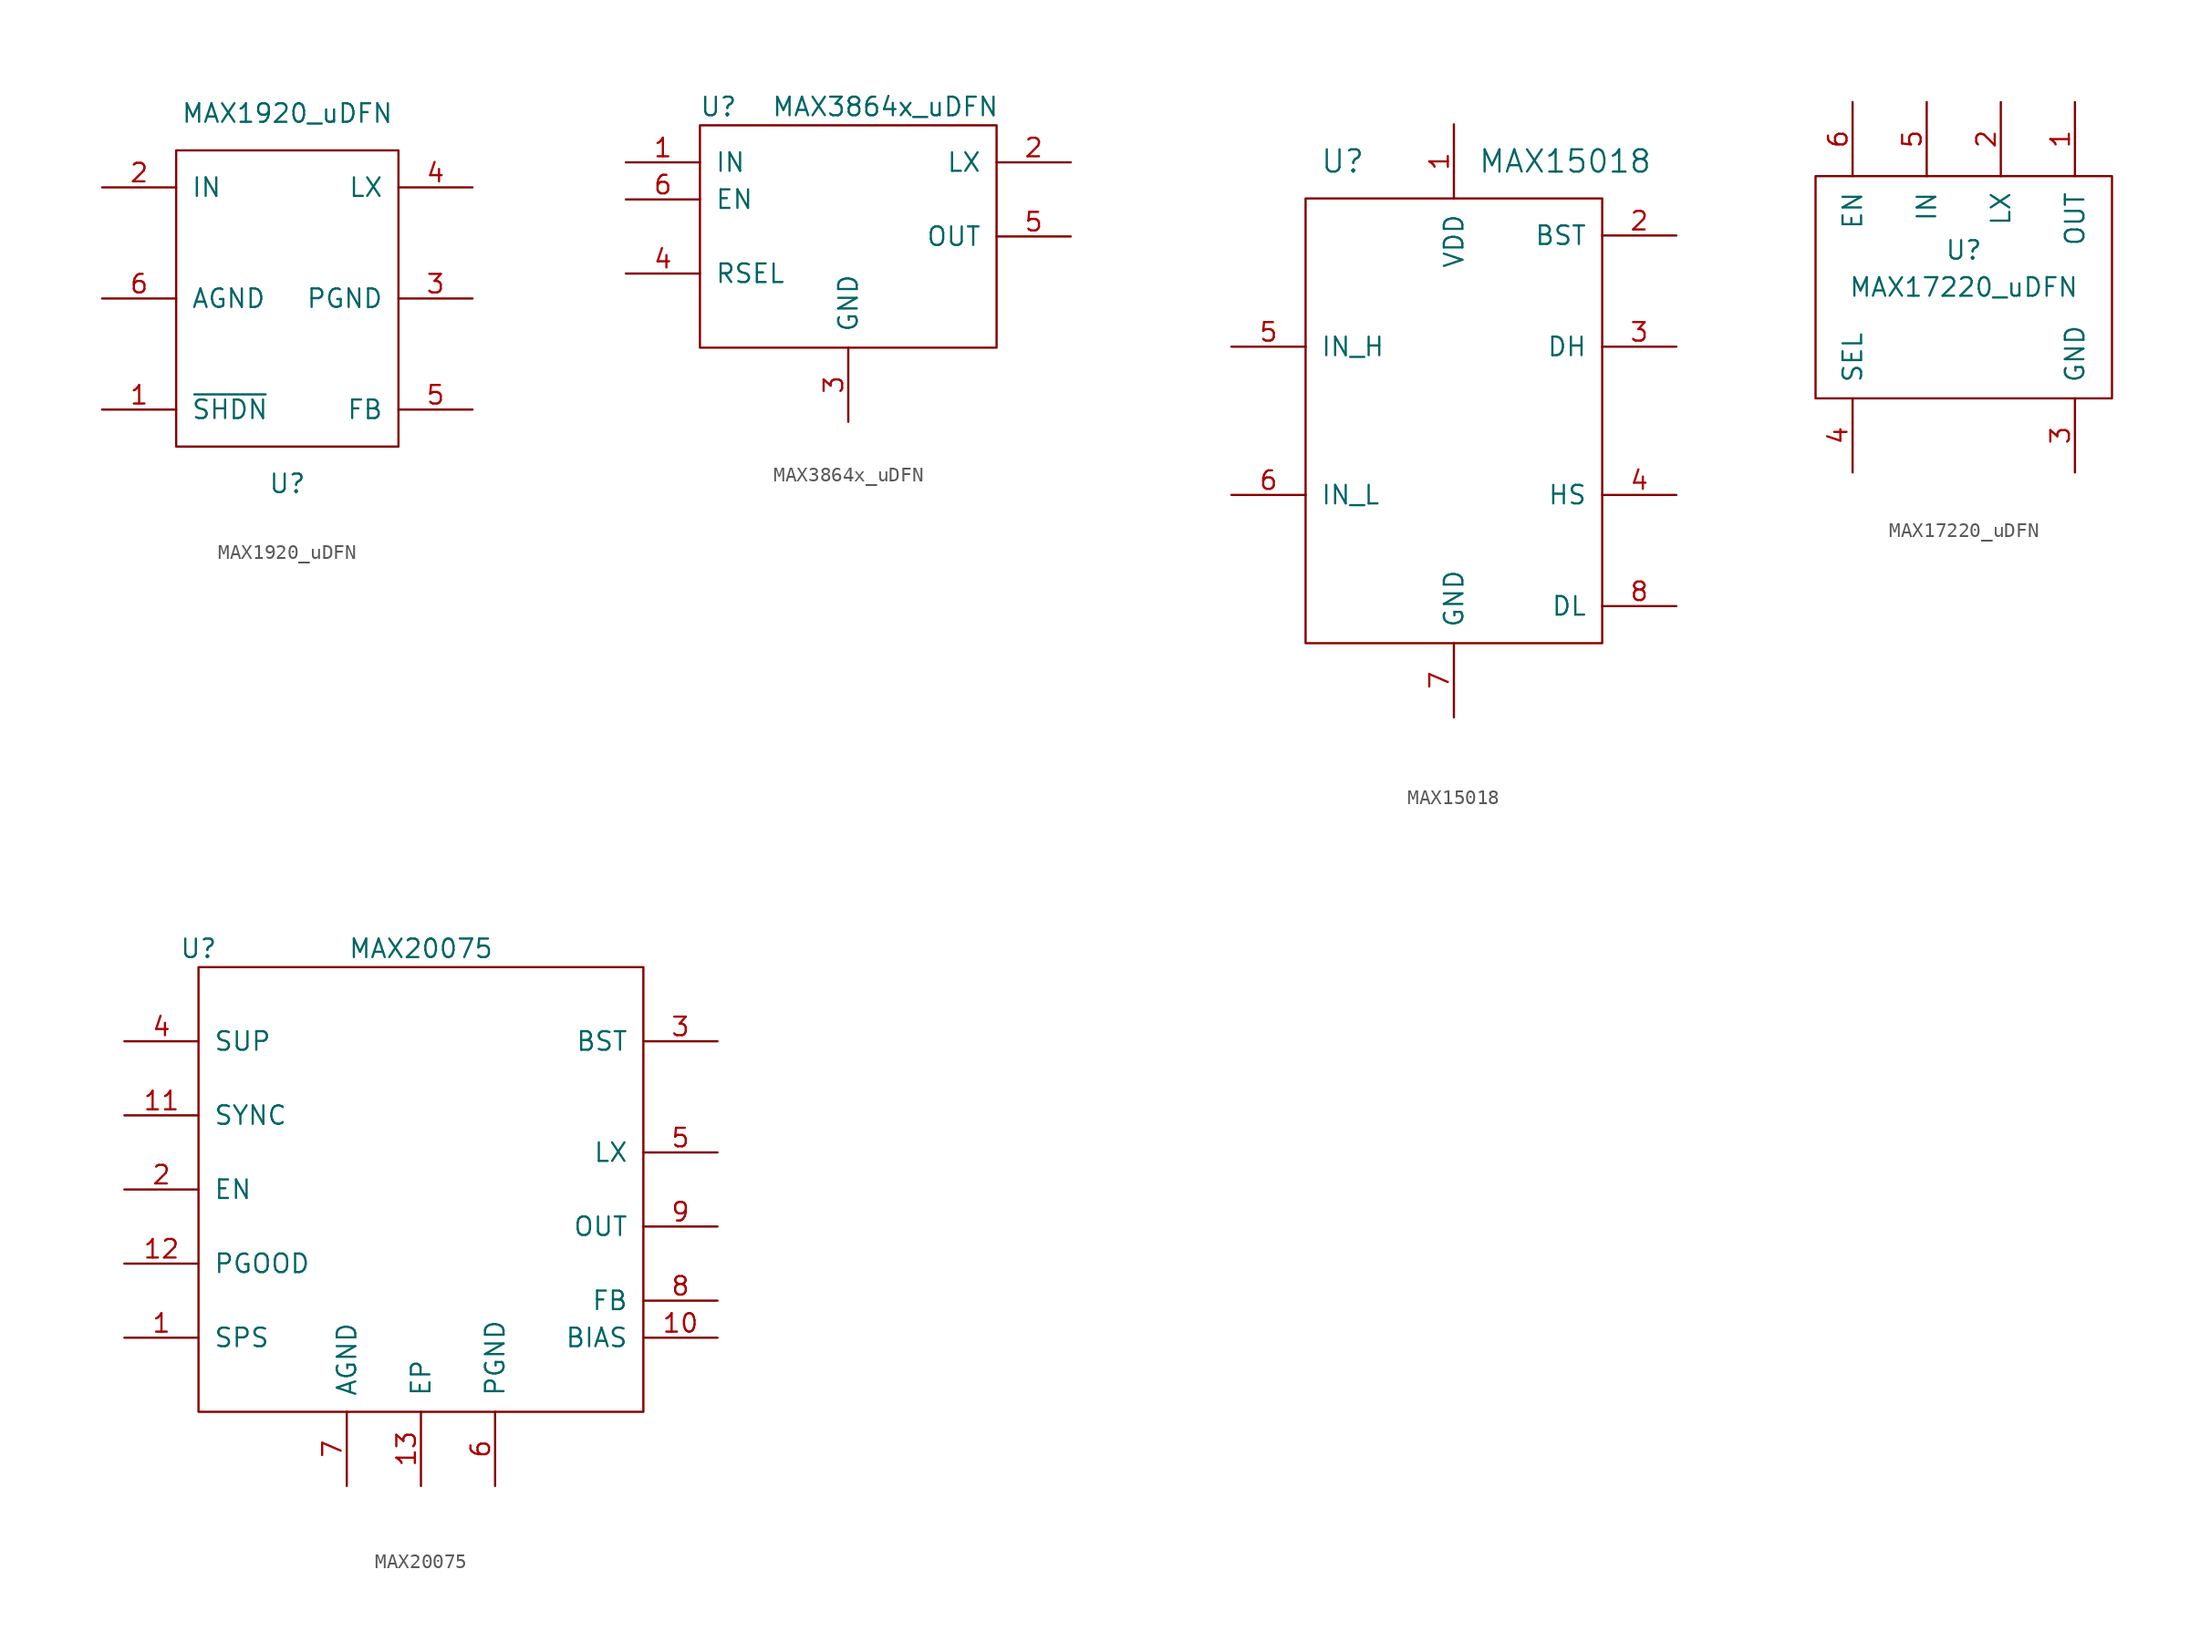
<source format=kicad_sym>
(kicad_symbol_lib
  (version 20211014)
  (generator kicad_symbol_editor)
  (symbol "MAX1920_uDFN"
    (pin_names
      (offset 1.016))
    (property "Reference" "U"
      (at 0 -12.7 0)
      (effects (font (size 1.27 1.27))))
    (property "Value" "MAX1920_uDFN"
      (at 0 12.7 0)
      (effects (font (size 1.27 1.27))))
    (symbol "MAX1920_uDFN_0_1"
      (rectangle (start -7.62 -10.16) (end 7.62 10.16) (stroke (width 0) (type default) (color 0 0 0 0)) (fill (type none))))
    (symbol "MAX1920_uDFN_1_1"
      (pin input line (at -12.7 -7.62 0) (length 5.08) (name "~{SHDN}" (effects (font (size 1.27 1.27)))) (number "1" (effects (font (size 1.27 1.27)))))
      (pin power_in line (at -12.7 7.62 0) (length 5.08) (name "IN" (effects (font (size 1.27 1.27)))) (number "2" (effects (font (size 1.27 1.27)))))
      (pin power_in line (at 12.7 0 180) (length 5.08) (name "PGND" (effects (font (size 1.27 1.27)))) (number "3" (effects (font (size 1.27 1.27)))))
      (pin output line (at 12.7 7.62 180) (length 5.08) (name "LX" (effects (font (size 1.27 1.27)))) (number "4" (effects (font (size 1.27 1.27)))))
      (pin input line (at 12.7 -7.62 180) (length 5.08) (name "FB" (effects (font (size 1.27 1.27)))) (number "5" (effects (font (size 1.27 1.27)))))
      (pin power_in line (at -12.7 0 0) (length 5.08) (name "AGND" (effects (font (size 1.27 1.27)))) (number "6" (effects (font (size 1.27 1.27)))))))
  (symbol "MAX3864x_uDFN"
    (pin_names
      (offset 1.016))
    (property "Reference" "U"
      (at -8.89 8.89 0)
      (effects (font (size 1.27 1.27))))
    (property "Value" "MAX3864x_uDFN"
      (at 2.54 8.89 0)
      (effects (font (size 1.27 1.27))))
    (symbol "MAX3864x_uDFN_0_1"
      (rectangle (start -10.16 7.62) (end 10.16 -7.62) (stroke (width 0) (type default) (color 0 0 0 0)) (fill (type none))))
    (symbol "MAX3864x_uDFN_1_1"
      (pin input line (at -15.24 5.08 0) (length 5.08) (name "IN" (effects (font (size 1.27 1.27)))) (number "1" (effects (font (size 1.27 1.27)))))
      (pin input line (at 15.24 5.08 180) (length 5.08) (name "LX" (effects (font (size 1.27 1.27)))) (number "2" (effects (font (size 1.27 1.27)))))
      (pin input line (at 0 -12.7 90) (length 5.08) (name "GND" (effects (font (size 1.27 1.27)))) (number "3" (effects (font (size 1.27 1.27)))))
      (pin input line (at -15.24 -2.54 0) (length 5.08) (name "RSEL" (effects (font (size 1.27 1.27)))) (number "4" (effects (font (size 1.27 1.27)))))
      (pin input line (at 15.24 0 180) (length 5.08) (name "OUT" (effects (font (size 1.27 1.27)))) (number "5" (effects (font (size 1.27 1.27)))))
      (pin input line (at -15.24 2.54 0) (length 5.08) (name "EN" (effects (font (size 1.27 1.27)))) (number "6" (effects (font (size 1.27 1.27)))))))
  (symbol "MAX15018"
    (pin_names
      (offset 1.016))
    (property "Reference" "U"
      (at -7.62 17.78 0)
      (effects (font (size 1.524 1.524))))
    (property "Value" "MAX15018"
      (at 7.62 17.78 0)
      (effects (font (size 1.524 1.524))))
    (symbol "MAX15018_0_1"
      (rectangle (start 10.16 -15.24) (end -10.16 15.24) (stroke (width 0) (type default) (color 0 0 0 0)) (fill (type none))))
    (symbol "MAX15018_1_1"
      (pin input line (at 0 20.32 270) (length 5.08) (name "VDD" (effects (font (size 1.27 1.27)))) (number "1" (effects (font (size 1.27 1.27)))))
      (pin input line (at 15.24 12.7 180) (length 5.08) (name "BST" (effects (font (size 1.27 1.27)))) (number "2" (effects (font (size 1.27 1.27)))))
      (pin input line (at 15.24 5.08 180) (length 5.08) (name "DH" (effects (font (size 1.27 1.27)))) (number "3" (effects (font (size 1.27 1.27)))))
      (pin input line (at 15.24 -5.08 180) (length 5.08) (name "HS" (effects (font (size 1.27 1.27)))) (number "4" (effects (font (size 1.27 1.27)))))
      (pin input line (at -15.24 5.08 0) (length 5.08) (name "IN_H" (effects (font (size 1.27 1.27)))) (number "5" (effects (font (size 1.27 1.27)))))
      (pin input line (at -15.24 -5.08 0) (length 5.08) (name "IN_L" (effects (font (size 1.27 1.27)))) (number "6" (effects (font (size 1.27 1.27)))))
      (pin input line (at 0 -20.32 90) (length 5.08) (name "GND" (effects (font (size 1.27 1.27)))) (number "7" (effects (font (size 1.27 1.27)))))
      (pin input line (at 15.24 -12.7 180) (length 5.08) (name "DL" (effects (font (size 1.27 1.27)))) (number "8" (effects (font (size 1.27 1.27)))))))
  (symbol "MAX17220_uDFN"
    (pin_names
      (offset 1.016))
    (property "Reference" "U"
      (at 0 2.54 0)
      (effects (font (size 1.27 1.27))))
    (property "Value" "MAX17220_uDFN"
      (at 0 0 0)
      (effects (font (size 1.27 1.27))))
    (symbol "MAX17220_uDFN_0_1"
      (rectangle (start -10.16 7.62) (end 10.16 -7.62) (stroke (width 0) (type default) (color 0 0 0 0)) (fill (type none))))
    (symbol "MAX17220_uDFN_1_1"
      (pin power_out line (at 7.62 12.7 270) (length 5.08) (name "OUT" (effects (font (size 1.27 1.27)))) (number "1" (effects (font (size 1.27 1.27)))))
      (pin input line (at 2.54 12.7 270) (length 5.08) (name "LX" (effects (font (size 1.27 1.27)))) (number "2" (effects (font (size 1.27 1.27)))))
      (pin power_in line (at 7.62 -12.7 90) (length 5.08) (name "GND" (effects (font (size 1.27 1.27)))) (number "3" (effects (font (size 1.27 1.27)))))
      (pin input line (at -7.62 -12.7 90) (length 5.08) (name "SEL" (effects (font (size 1.27 1.27)))) (number "4" (effects (font (size 1.27 1.27)))))
      (pin power_in line (at -2.54 12.7 270) (length 5.08) (name "IN" (effects (font (size 1.27 1.27)))) (number "5" (effects (font (size 1.27 1.27)))))
      (pin input line (at -7.62 12.7 270) (length 5.08) (name "EN" (effects (font (size 1.27 1.27)))) (number "6" (effects (font (size 1.27 1.27)))))))
  (symbol "MAX20075"
    (pin_names
      (offset 1.016))
    (property "Reference" "U"
      (at -15.24 16.51 0)
      (effects (font (size 1.27 1.27))))
    (property "Value" "MAX20075"
      (at 0 16.51 0)
      (effects (font (size 1.27 1.27))))
    (symbol "MAX20075_0_1"
      (rectangle (start -15.24 15.24) (end 15.24 -15.24) (stroke (width 0) (type default) (color 0 0 0 0)) (fill (type none))))
    (symbol "MAX20075_1_1"
      (pin input line (at -20.32 -10.16 0) (length 5.08) (name "SPS" (effects (font (size 1.27 1.27)))) (number "1" (effects (font (size 1.27 1.27)))))
      (pin input line (at 20.32 -10.16 180) (length 5.08) (name "BIAS" (effects (font (size 1.27 1.27)))) (number "10" (effects (font (size 1.27 1.27)))))
      (pin input line (at -20.32 5.08 0) (length 5.08) (name "SYNC" (effects (font (size 1.27 1.27)))) (number "11" (effects (font (size 1.27 1.27)))))
      (pin input line (at -20.32 -5.08 0) (length 5.08) (name "PGOOD" (effects (font (size 1.27 1.27)))) (number "12" (effects (font (size 1.27 1.27)))))
      (pin input line (at 0 -20.32 90) (length 5.08) (name "EP" (effects (font (size 1.27 1.27)))) (number "13" (effects (font (size 1.27 1.27)))))
      (pin input line (at -20.32 0 0) (length 5.08) (name "EN" (effects (font (size 1.27 1.27)))) (number "2" (effects (font (size 1.27 1.27)))))
      (pin input line (at 20.32 10.16 180) (length 5.08) (name "BST" (effects (font (size 1.27 1.27)))) (number "3" (effects (font (size 1.27 1.27)))))
      (pin input line (at -20.32 10.16 0) (length 5.08) (name "SUP" (effects (font (size 1.27 1.27)))) (number "4" (effects (font (size 1.27 1.27)))))
      (pin input line (at 20.32 2.54 180) (length 5.08) (name "LX" (effects (font (size 1.27 1.27)))) (number "5" (effects (font (size 1.27 1.27)))))
      (pin input line (at 5.08 -20.32 90) (length 5.08) (name "PGND" (effects (font (size 1.27 1.27)))) (number "6" (effects (font (size 1.27 1.27)))))
      (pin input line (at -5.08 -20.32 90) (length 5.08) (name "AGND" (effects (font (size 1.27 1.27)))) (number "7" (effects (font (size 1.27 1.27)))))
      (pin input line (at 20.32 -7.62 180) (length 5.08) (name "FB" (effects (font (size 1.27 1.27)))) (number "8" (effects (font (size 1.27 1.27)))))
      (pin input line (at 20.32 -2.54 180) (length 5.08) (name "OUT" (effects (font (size 1.27 1.27)))) (number "9" (effects (font (size 1.27 1.27))))))))
</source>
